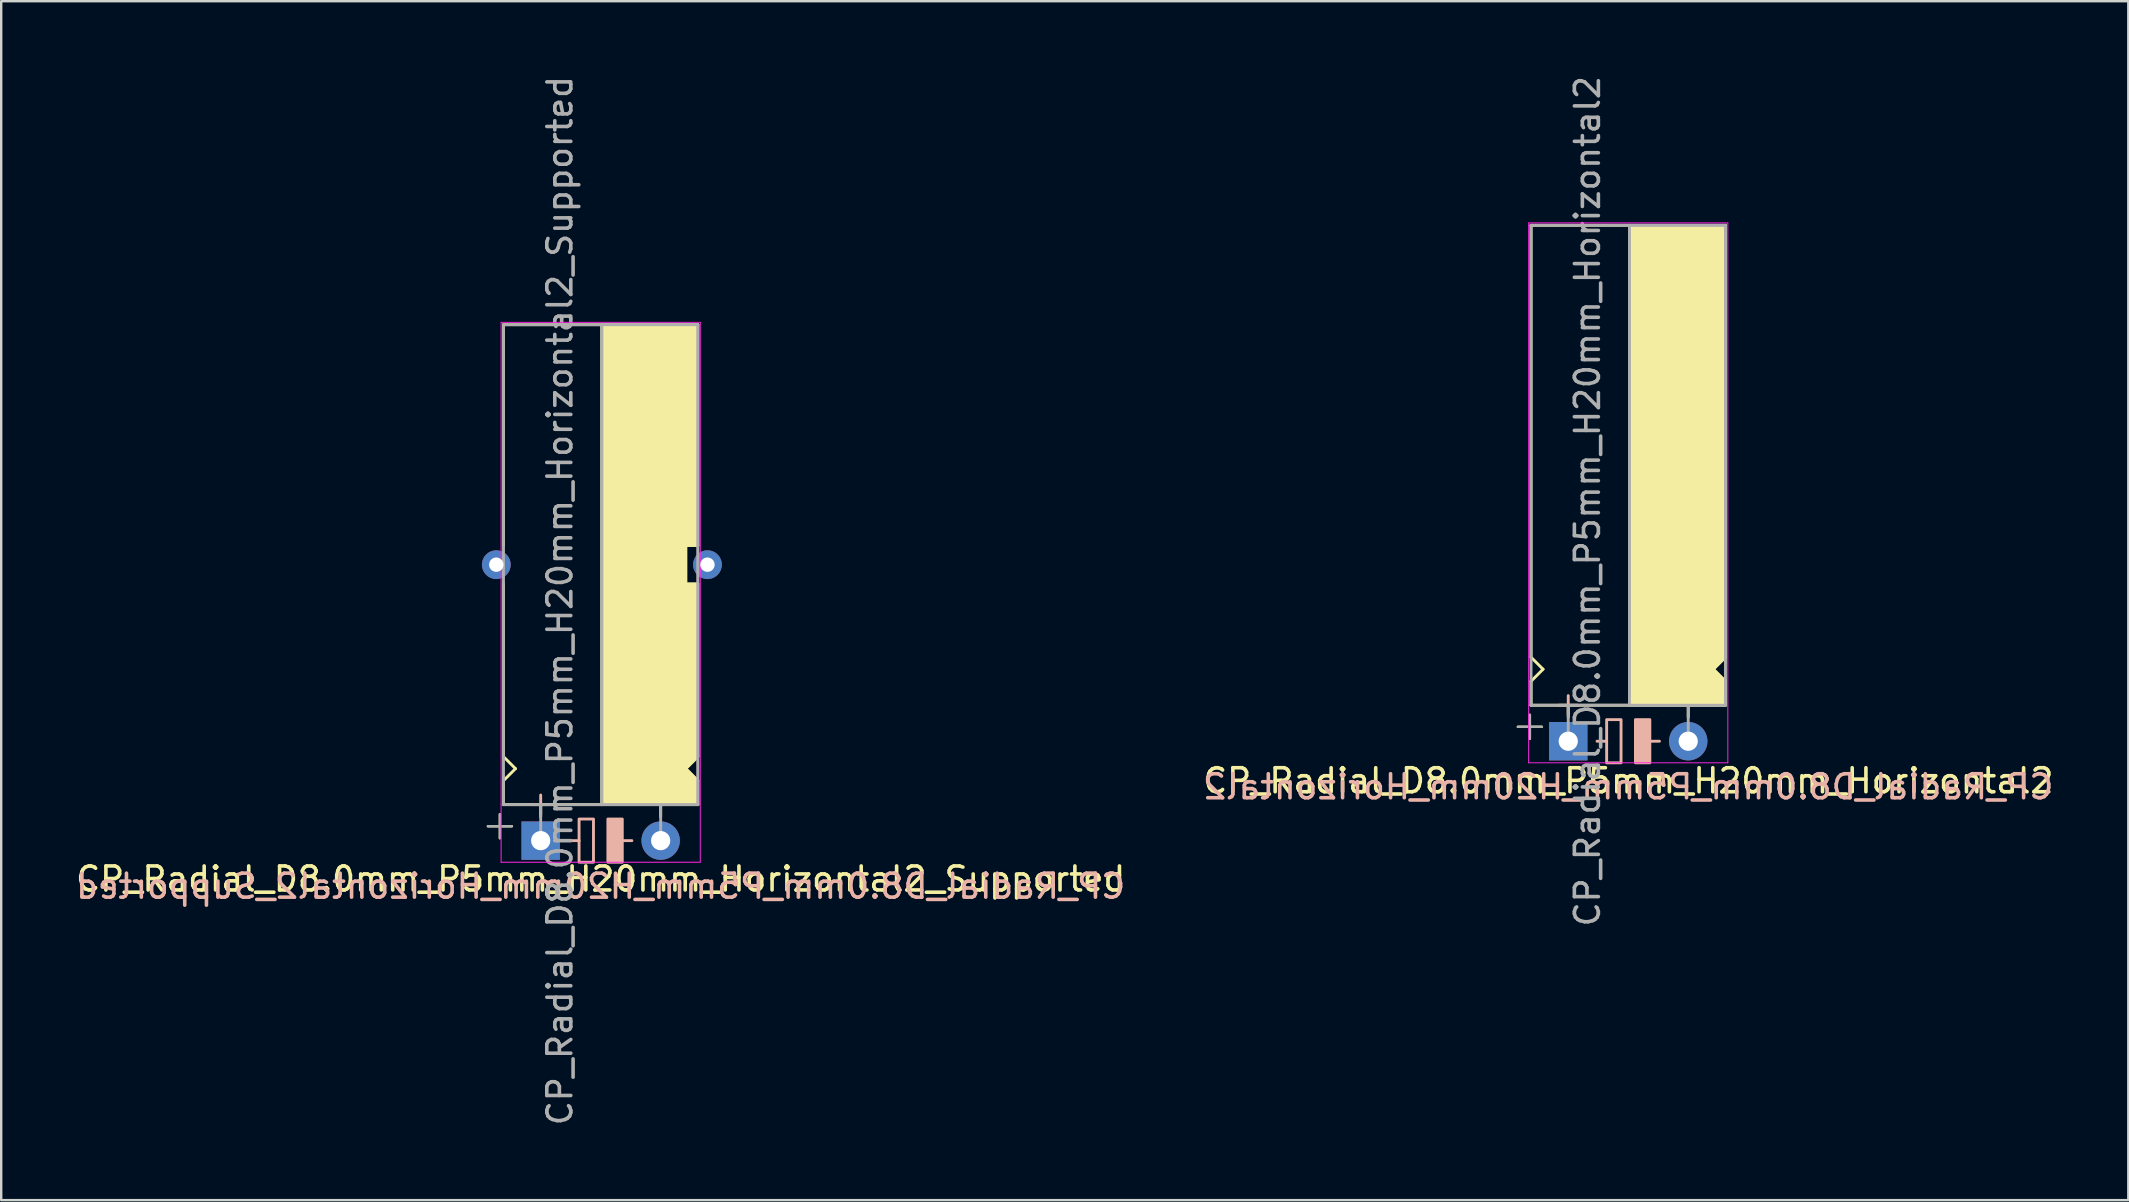
<source format=kicad_pcb>
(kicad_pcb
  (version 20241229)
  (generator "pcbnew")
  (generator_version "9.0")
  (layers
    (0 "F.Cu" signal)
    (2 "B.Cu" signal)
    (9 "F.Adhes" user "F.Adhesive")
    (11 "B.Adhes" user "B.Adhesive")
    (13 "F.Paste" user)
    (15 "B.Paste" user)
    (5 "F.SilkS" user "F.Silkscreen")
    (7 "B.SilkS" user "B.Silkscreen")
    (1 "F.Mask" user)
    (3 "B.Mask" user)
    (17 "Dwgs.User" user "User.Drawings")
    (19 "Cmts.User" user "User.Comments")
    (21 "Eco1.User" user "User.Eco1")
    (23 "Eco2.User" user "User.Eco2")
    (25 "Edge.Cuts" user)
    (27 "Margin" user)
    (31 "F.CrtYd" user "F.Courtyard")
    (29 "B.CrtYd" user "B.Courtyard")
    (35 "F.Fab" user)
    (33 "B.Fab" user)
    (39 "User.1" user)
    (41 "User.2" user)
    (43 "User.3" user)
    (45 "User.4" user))
  (footprint "CP_Radial_D8.0mm_P5mm_H20mm_Horizontal2"
    (layer "F.Cu")
    (at 63.104 27.839)
    (property "Reference" "CP_Radial_D8.0mm_P5mm_H20mm_Horizontal2" (at 1.7 1.65 0) (layer "F.SilkS") (effects (font (size 1 1) (thickness 0.15))))
    (fp_line (start -2.9 -0.6) (end -1.9 -0.6) (stroke (width 0.1) (type solid)) (layer "F.SilkS"))
    (fp_line (start -2.4 -0.1) (end -2.4 -1.1) (stroke (width 0.1) (type solid)) (layer "F.SilkS"))
    (fp_line (start -2.35 -21.5) (end 5.65 -21.5) (stroke (width 0.12) (type solid)) (layer "F.SilkS"))
    (fp_line (start -2.35 -3.5) (end -2.35 -21.5) (stroke (width 0.12) (type solid)) (layer "F.SilkS"))
    (fp_line (start -2.35 -3.5) (end -1.85 -3) (stroke (width 0.12) (type solid)) (layer "F.SilkS"))
    (fp_line (start -2.35 -2.5) (end -2.35 -1.5) (stroke (width 0.12) (type solid)) (layer "F.SilkS"))
    (fp_line (start -2.35 -1.5) (end 5.75 -1.5) (stroke (width 0.12) (type solid)) (layer "F.SilkS"))
    (fp_line (start -1.85 -3) (end -2.35 -2.5) (stroke (width 0.12) (type solid)) (layer "F.SilkS"))
    (fp_line (start -0.8 -1) (end -0.8 -1.5) (stroke (width 0.12) (type solid)) (layer "F.SilkS"))
    (fp_line (start 1.75 -21.5) (end 1.75 -1.5) (stroke (width 0.12) (type solid)) (layer "F.SilkS"))
    (fp_line (start 4.2 -1) (end 4.2 -1.5) (stroke (width 0.12) (type solid)) (layer "F.SilkS"))
    (fp_line (start 5.25 -3) (end 5.75 -2.5) (stroke (width 0.12) (type solid)) (layer "F.SilkS"))
    (fp_line (start 5.75 -21.5) (end 5.65 -21.5) (stroke (width 0.12) (type solid)) (layer "F.SilkS"))
    (fp_line (start 5.75 -3.5) (end 5.25 -3) (stroke (width 0.12) (type solid)) (layer "F.SilkS"))
    (fp_line (start 5.75 -3.5) (end 5.75 -21.5) (stroke (width 0.12) (type solid)) (layer "F.SilkS"))
    (fp_line (start 5.75 -2.5) (end 5.75 -1.5) (stroke (width 0.12) (type solid)) (layer "F.SilkS"))
    (fp_poly (pts (xy 5.75 -2.5) (xy 5.25 -3) (xy 5.75 -3.5) (xy 5.75 -21.5) (xy 1.75 -21.5) (xy 1.75 -1.5) (xy 5.75 -1.5)) (stroke (width 0.1) (type solid)) (fill yes) (layer "F.SilkS"))
    (fp_line (start -0.8 -1.9) (end -0.8 -1.1) (stroke (width 0.12) (type solid)) (layer "B.SilkS"))
    (fp_line (start -0.4 -1.5) (end -1.2 -1.5) (stroke (width 0.12) (type solid)) (layer "B.SilkS"))
    (fp_line (start 0.8 0) (end 0.4 0) (stroke (width 0.12) (type solid)) (layer "B.SilkS"))
    (fp_line (start 3 0) (end 2.6 0) (stroke (width 0.12) (type solid)) (layer "B.SilkS"))
    (fp_rect (start 1.4 -0.9) (end 0.8 0.9) (stroke (width 0.12) (type solid)) (fill no) (layer "B.SilkS"))
    (fp_rect (start 2.6 -0.9) (end 2 0.9) (stroke (width 0.12) (type solid)) (fill yes) (layer "B.SilkS"))
    (fp_line (start -2.45 -21.6) (end -2.45 -1.5) (stroke (width 0.04) (type solid)) (layer "F.CrtYd"))
    (fp_line (start -2.45 -1.5) (end -2.45 0.9) (stroke (width 0.04) (type solid)) (layer "F.CrtYd"))
    (fp_line (start -2.45 0.9) (end 5.85 0.9) (stroke (width 0.04) (type solid)) (layer "F.CrtYd"))
    (fp_line (start 5.85 -21.6) (end -2.45 -21.6) (stroke (width 0.04) (type solid)) (layer "F.CrtYd"))
    (fp_line (start 5.85 0.9) (end 5.85 -21.6) (stroke (width 0.04) (type solid)) (layer "F.CrtYd"))
    (fp_line (start -2.9 -0.6) (end -1.9 -0.6) (stroke (width 0.1) (type solid)) (layer "F.Fab"))
    (fp_line (start -2.4 -0.1) (end -2.4 -1.1) (stroke (width 0.1) (type solid)) (layer "F.Fab"))
    (fp_line (start -2.35 -21.5) (end -2.35 -1.5) (stroke (width 0.12) (type solid)) (layer "F.Fab"))
    (fp_line (start -2.35 -1.5) (end 5.75 -1.5) (stroke (width 0.12) (type solid)) (layer "F.Fab"))
    (fp_line (start -0.8 -1.5) (end -0.8 0) (stroke (width 0.12) (type solid)) (layer "F.Fab"))
    (fp_line (start 1.75 -1.5) (end 1.75 -21.5) (stroke (width 0.12) (type solid)) (layer "F.Fab"))
    (fp_line (start 4.2 -1.5) (end 4.2 0) (stroke (width 0.12) (type solid)) (layer "F.Fab"))
    (fp_line (start 5.75 -21.5) (end -2.35 -21.5) (stroke (width 0.12) (type solid)) (layer "F.Fab"))
    (fp_line (start 5.75 -1.5) (end 5.75 -21.5) (stroke (width 0.12) (type solid)) (layer "F.Fab"))
    (fp_poly (pts (xy 5.75 -21.5) (xy 1.75 -21.5) (xy 1.75 -1.5) (xy 5.75 -1.5)) (stroke (width 0.1) (type solid)) (fill no) (layer "F.Fab"))
    (fp_text user "${REFERENCE}" (at 1.7 1.9 0) (layer "B.SilkS") (effects (font (size 1 1) (thickness 0.15)) (justify mirror)))
    (fp_text user "${REFERENCE}" (at 0 -10 90) (layer "F.Fab") (effects (font (size 1 1) (thickness 0.15))))
    (pad "1" thru_hole rect (at -0.8 0) (size 1.6 1.6) (drill 0.8) (layers "*.Cu" "*.Mask"))
    (pad "2" thru_hole circle (at 4.2 0) (size 1.6 1.6) (drill 0.8) (layers "*.Cu" "*.Mask")))
  (footprint "CP_Radial_D8.0mm_P5mm_H20mm_Horizontal2_Supported"
    (layer "F.Cu")
    (at 20.282 31.982)
    (property "Reference" "CP_Radial_D8.0mm_P5mm_H20mm_Horizontal2_Supported" (at 1.7 1.6 0) (layer "F.SilkS") (effects (font (size 1 1) (thickness 0.15))))
    (fp_line (start -3 -0.6) (end -2 -0.6) (stroke (width 0.1) (type solid)) (layer "F.SilkS"))
    (fp_line (start -2.5 -0.1) (end -2.5 -1.1) (stroke (width 0.1) (type solid)) (layer "F.SilkS"))
    (fp_line (start -2.35 -21.5) (end 5.65 -21.5) (stroke (width 0.12) (type solid)) (layer "F.SilkS"))
    (fp_line (start -2.35 -12.3) (end -2.35 -21.5) (stroke (width 0.12) (type solid)) (layer "F.SilkS"))
    (fp_line (start -2.35 -10.7) (end -2.35 -3.5) (stroke (width 0.12) (type solid)) (layer "F.SilkS"))
    (fp_line (start -2.35 -2.5) (end -1.85 -3) (stroke (width 0.12) (type solid)) (layer "F.SilkS"))
    (fp_line (start -2.35 -1.5) (end -2.35 -2.5) (stroke (width 0.12) (type solid)) (layer "F.SilkS"))
    (fp_line (start -2.35 -1.5) (end 5.75 -1.5) (stroke (width 0.12) (type solid)) (layer "F.SilkS"))
    (fp_line (start -1.85 -3) (end -2.35 -3.5) (stroke (width 0.12) (type solid)) (layer "F.SilkS"))
    (fp_line (start -0.8 -1) (end -0.8 -1.5) (stroke (width 0.12) (type solid)) (layer "F.SilkS"))
    (fp_line (start 1.75 -21.5) (end 1.75 -1.5) (stroke (width 0.12) (type solid)) (layer "F.SilkS"))
    (fp_line (start 4.2 -1) (end 4.2 -1.5) (stroke (width 0.12) (type solid)) (layer "F.SilkS"))
    (fp_line (start 5.25 -12.3) (end 5.75 -12.3) (stroke (width 0.12) (type solid)) (layer "F.SilkS"))
    (fp_line (start 5.25 -10.7) (end 5.25 -12.3) (stroke (width 0.12) (type solid)) (layer "F.SilkS"))
    (fp_line (start 5.25 -3) (end 5.75 -2.5) (stroke (width 0.12) (type solid)) (layer "F.SilkS"))
    (fp_line (start 5.75 -21.5) (end 5.65 -21.5) (stroke (width 0.12) (type solid)) (layer "F.SilkS"))
    (fp_line (start 5.75 -12.3) (end 5.75 -21.5) (stroke (width 0.12) (type solid)) (layer "F.SilkS"))
    (fp_line (start 5.75 -10.7) (end 5.25 -10.7) (stroke (width 0.12) (type solid)) (layer "F.SilkS"))
    (fp_line (start 5.75 -10.7) (end 5.75 -3.5) (stroke (width 0.12) (type solid)) (layer "F.SilkS"))
    (fp_line (start 5.75 -3.5) (end 5.25 -3) (stroke (width 0.12) (type solid)) (layer "F.SilkS"))
    (fp_line (start 5.75 -2.5) (end 5.75 -1.5) (stroke (width 0.12) (type solid)) (layer "F.SilkS"))
    (fp_poly (pts (xy 5.75 -2.5) (xy 5.25 -3) (xy 5.75 -3.5) (xy 5.75 -10.7) (xy 5.25 -10.7) (xy 5.25 -12.3) (xy 5.75 -12.3) (xy 5.75 -21.5) (xy 1.75 -21.5) (xy 1.75 -1.5) (xy 5.75 -1.5)) (stroke (width 0.1) (type solid)) (fill yes) (layer "F.SilkS"))
    (fp_line (start -0.8 -1.9) (end -0.8 -1.1) (stroke (width 0.12) (type solid)) (layer "B.SilkS"))
    (fp_line (start -0.4 -1.5) (end -1.2 -1.5) (stroke (width 0.12) (type solid)) (layer "B.SilkS"))
    (fp_line (start 0.8 0) (end 0.4 0) (stroke (width 0.12) (type solid)) (layer "B.SilkS"))
    (fp_line (start 3 0) (end 2.6 0) (stroke (width 0.12) (type solid)) (layer "B.SilkS"))
    (fp_rect (start 1.4 -0.9) (end 0.8 0.9) (stroke (width 0.12) (type solid)) (fill no) (layer "B.SilkS"))
    (fp_rect (start 2.6 -0.9) (end 2 0.9) (stroke (width 0.12) (type solid)) (fill yes) (layer "B.SilkS"))
    (fp_line (start -2.45 -21.6) (end -2.45 -1.5) (stroke (width 0.04) (type solid)) (layer "F.CrtYd"))
    (fp_line (start -2.45 -1.5) (end -2.45 0.9) (stroke (width 0.04) (type solid)) (layer "F.CrtYd"))
    (fp_line (start -2.45 0.9) (end 5.85 0.9) (stroke (width 0.04) (type solid)) (layer "F.CrtYd"))
    (fp_line (start 5.85 -21.6) (end -2.45 -21.6) (stroke (width 0.04) (type solid)) (layer "F.CrtYd"))
    (fp_line (start 5.85 0.9) (end 5.85 -21.6) (stroke (width 0.04) (type solid)) (layer "F.CrtYd"))
    (fp_line (start -3 -0.6) (end -2 -0.6) (stroke (width 0.1) (type solid)) (layer "F.Fab"))
    (fp_line (start -2.5 -0.1) (end -2.5 -1.1) (stroke (width 0.1) (type solid)) (layer "F.Fab"))
    (fp_line (start -2.35 -21.5) (end -2.35 -1.5) (stroke (width 0.12) (type solid)) (layer "F.Fab"))
    (fp_line (start -2.35 -1.5) (end 5.75 -1.5) (stroke (width 0.12) (type solid)) (layer "F.Fab"))
    (fp_line (start -0.8 -1.5) (end -0.8 0) (stroke (width 0.12) (type solid)) (layer "F.Fab"))
    (fp_line (start 1.75 -1.5) (end 1.75 -21.5) (stroke (width 0.12) (type solid)) (layer "F.Fab"))
    (fp_line (start 4.2 -1.5) (end 4.2 0) (stroke (width 0.12) (type solid)) (layer "F.Fab"))
    (fp_line (start 5.75 -21.5) (end -2.35 -21.5) (stroke (width 0.12) (type solid)) (layer "F.Fab"))
    (fp_line (start 5.75 -1.5) (end 5.75 -21.5) (stroke (width 0.12) (type solid)) (layer "F.Fab"))
    (fp_poly (pts (xy 5.75 -21.5) (xy 1.75 -21.5) (xy 1.75 -1.5) (xy 5.75 -1.5)) (stroke (width 0.1) (type solid)) (fill no) (layer "F.Fab"))
    (fp_text user "${REFERENCE}" (at 1.7 1.9 0) (layer "B.SilkS") (effects (font (size 1 1) (thickness 0.15)) (justify mirror)))
    (fp_text user "${REFERENCE}" (at 0 -10 90) (layer "F.Fab") (effects (font (size 1 1) (thickness 0.15))))
    (pad "1" thru_hole rect (at -0.8 0) (size 1.6 1.6) (drill 0.8) (layers "*.Cu" "*.Mask"))
    (pad "2" thru_hole circle (at 4.2 0) (size 1.6 1.6) (drill 0.8) (layers "*.Cu" "*.Mask"))
    (pad "~" thru_hole circle (at -2.65 -11.5 180) (size 1.2 1.2) (drill 0.6) (layers "*.Cu" "*.Mask"))
    (pad "~" thru_hole circle (at 6.15 -11.5 180) (size 1.2 1.2) (drill 0.6) (layers "*.Cu" "*.Mask")))
  (gr_rect
    (start -3 -3)
    (end 85.643 46.964)
    (stroke (width 0.1) (type default))
    (fill no)
    (layer "Edge.Cuts")))
</source>
